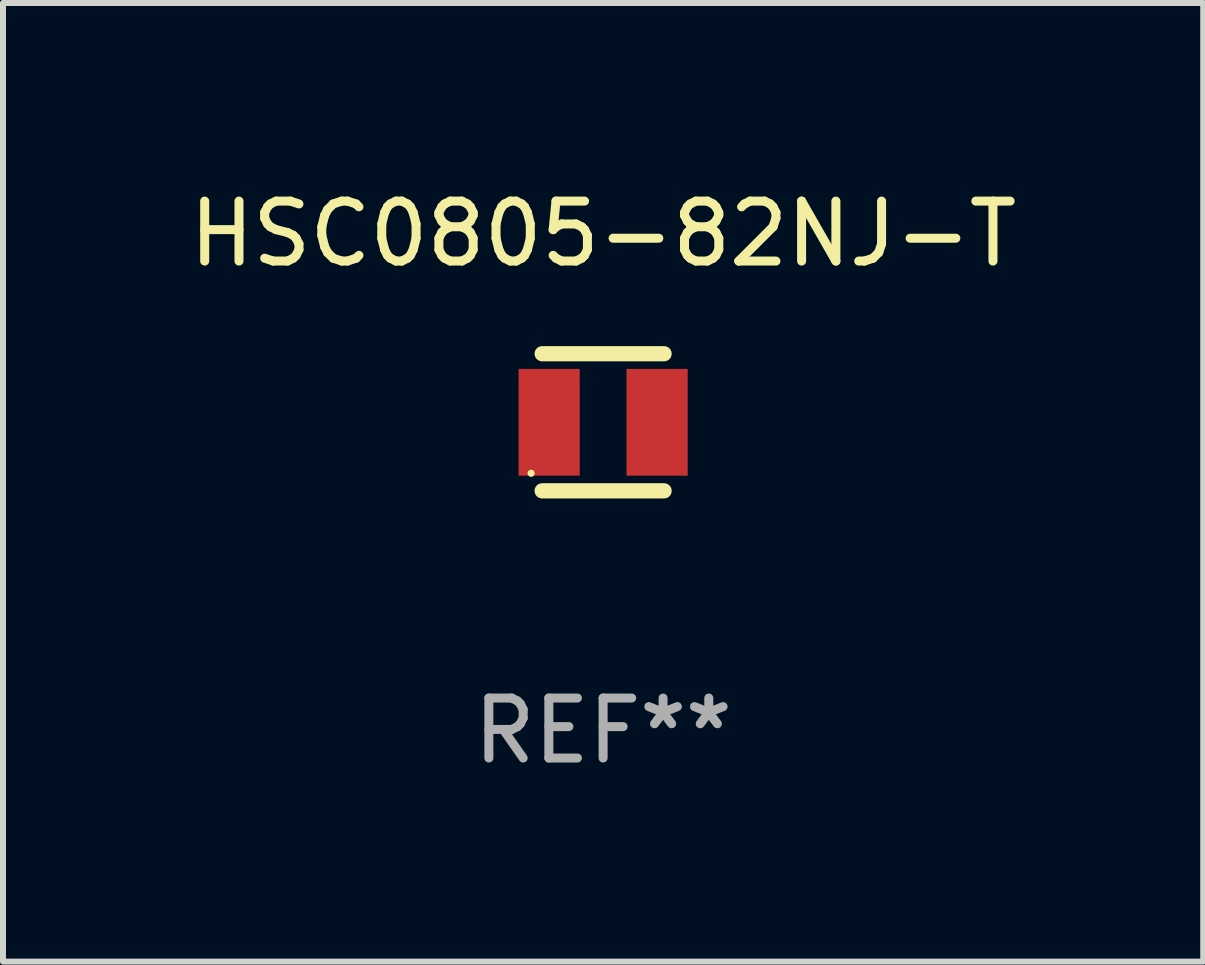
<source format=kicad_pcb>
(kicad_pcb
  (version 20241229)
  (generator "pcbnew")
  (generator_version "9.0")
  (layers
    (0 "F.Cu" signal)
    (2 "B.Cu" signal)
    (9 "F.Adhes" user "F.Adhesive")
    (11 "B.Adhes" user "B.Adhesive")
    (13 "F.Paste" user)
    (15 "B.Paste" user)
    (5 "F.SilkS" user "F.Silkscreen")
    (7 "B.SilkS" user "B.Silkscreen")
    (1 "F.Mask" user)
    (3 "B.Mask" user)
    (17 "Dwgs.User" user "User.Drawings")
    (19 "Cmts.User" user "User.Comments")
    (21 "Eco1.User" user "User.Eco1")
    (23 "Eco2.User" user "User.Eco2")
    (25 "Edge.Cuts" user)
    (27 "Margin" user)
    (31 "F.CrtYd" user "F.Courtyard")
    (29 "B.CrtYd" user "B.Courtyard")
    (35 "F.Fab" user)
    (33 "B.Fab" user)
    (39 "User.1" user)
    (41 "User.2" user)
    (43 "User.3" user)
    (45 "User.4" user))
  (footprint "HSC0805-82NJ-T"
    (layer "F.Cu")
    (at 7.006 3.991)
    (property "Reference" "HSC0805-82NJ-T" (at 0 -3.143 0) (layer "F.SilkS") (effects (font (size 1 1) (thickness 0.15))))
    (attr through_hole)
    (fp_line (start -1.016 -1.143) (end 1.016 -1.143) (stroke (width 0.254) (type solid)) (layer "F.SilkS"))
    (fp_line (start -1.016 1.143) (end 1.016 1.143) (stroke (width 0.254) (type solid)) (layer "F.SilkS"))
    (fp_circle (center -1.2 0.85) (end -1.17 0.85) (stroke (width 0.06) (type solid)) (fill no) (layer "F.SilkS"))
    (fp_text user "REF**" (at 0 5.143 0) (layer "F.Fab") (effects (font (size 1 1) (thickness 0.15))))
    (pad "1" smd rect (at -0.9 0) (size 1.02 1.78) (layers "F.Cu" "F.Mask" "F.Paste"))
    (pad "2" smd rect (at 0.9 0) (size 1.02 1.78) (layers "F.Cu" "F.Mask" "F.Paste")))
  (gr_rect
    (start -3 -3)
    (end 17.012 12.983)
    (stroke (width 0.1) (type default))
    (fill no)
    (layer "Edge.Cuts")))
</source>
